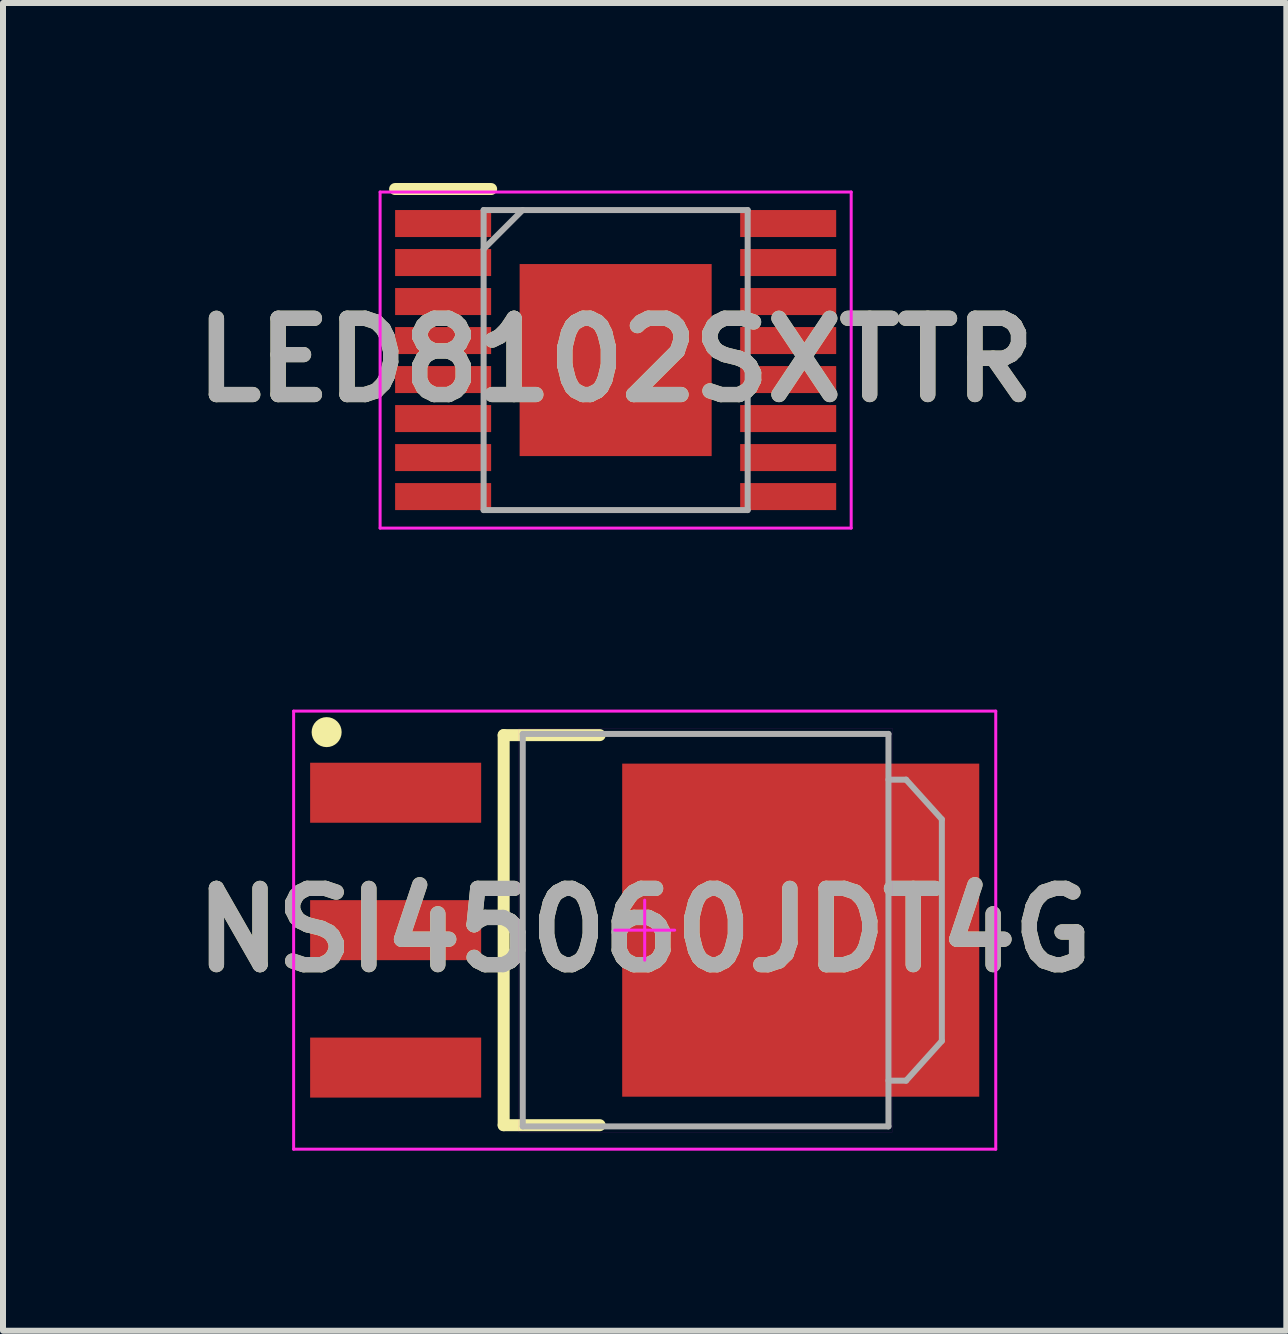
<source format=kicad_pcb>
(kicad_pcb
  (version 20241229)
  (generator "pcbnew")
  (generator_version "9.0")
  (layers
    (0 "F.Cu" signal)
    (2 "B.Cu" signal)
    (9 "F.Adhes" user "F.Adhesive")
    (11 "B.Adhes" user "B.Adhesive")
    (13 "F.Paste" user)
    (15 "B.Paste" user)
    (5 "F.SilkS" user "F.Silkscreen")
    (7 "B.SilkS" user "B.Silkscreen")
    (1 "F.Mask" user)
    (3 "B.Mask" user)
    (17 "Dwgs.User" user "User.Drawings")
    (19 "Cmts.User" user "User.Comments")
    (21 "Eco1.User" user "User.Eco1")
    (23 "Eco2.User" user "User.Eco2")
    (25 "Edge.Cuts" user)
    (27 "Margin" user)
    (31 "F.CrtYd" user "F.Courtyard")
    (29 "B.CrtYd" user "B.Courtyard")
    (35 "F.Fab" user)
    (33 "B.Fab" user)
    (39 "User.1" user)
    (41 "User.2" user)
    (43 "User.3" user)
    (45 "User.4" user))
  (footprint "LED8102SXTTR"
    (layer "F.Cu")
    (at 7.209 2.95)
    (property "Reference" "LED8102SXTTR" (at 0 0 0) (layer "F.SilkS") (effects (font (size 1.27 1.27) (thickness 0.254))))
    (attr smd)
    (fp_line (start -3.675 -2.85) (end -2.075 -2.85) (stroke (width 0.2) (type solid)) (layer "F.SilkS"))
    (fp_line (start -3.925 -2.8) (end 3.925 -2.8) (stroke (width 0.05) (type solid)) (layer "F.CrtYd"))
    (fp_line (start -3.925 2.8) (end -3.925 -2.8) (stroke (width 0.05) (type solid)) (layer "F.CrtYd"))
    (fp_line (start 3.925 -2.8) (end 3.925 2.8) (stroke (width 0.05) (type solid)) (layer "F.CrtYd"))
    (fp_line (start 3.925 2.8) (end -3.925 2.8) (stroke (width 0.05) (type solid)) (layer "F.CrtYd"))
    (fp_line (start -2.2 -2.5) (end 2.2 -2.5) (stroke (width 0.1) (type solid)) (layer "F.Fab"))
    (fp_line (start -2.2 -1.85) (end -1.55 -2.5) (stroke (width 0.1) (type solid)) (layer "F.Fab"))
    (fp_line (start -2.2 2.5) (end -2.2 -2.5) (stroke (width 0.1) (type solid)) (layer "F.Fab"))
    (fp_line (start 2.2 -2.5) (end 2.2 2.5) (stroke (width 0.1) (type solid)) (layer "F.Fab"))
    (fp_line (start 2.2 2.5) (end -2.2 2.5) (stroke (width 0.1) (type solid)) (layer "F.Fab"))
    (fp_text user "${REFERENCE}" (at 0 0 0) (layer "F.Fab") (effects (font (size 1.27 1.27) (thickness 0.254))))
    (pad "1" smd rect (at -2.875 -2.275 90) (size 0.45 1.6) (layers "F.Cu" "F.Mask" "F.Paste"))
    (pad "2" smd rect (at -2.875 -1.625 90) (size 0.45 1.6) (layers "F.Cu" "F.Mask" "F.Paste"))
    (pad "3" smd rect (at -2.875 -0.975 90) (size 0.45 1.6) (layers "F.Cu" "F.Mask" "F.Paste"))
    (pad "4" smd rect (at -2.875 -0.325 90) (size 0.45 1.6) (layers "F.Cu" "F.Mask" "F.Paste"))
    (pad "5" smd rect (at -2.875 0.325 90) (size 0.45 1.6) (layers "F.Cu" "F.Mask" "F.Paste"))
    (pad "6" smd rect (at -2.875 0.975 90) (size 0.45 1.6) (layers "F.Cu" "F.Mask" "F.Paste"))
    (pad "7" smd rect (at -2.875 1.625 90) (size 0.45 1.6) (layers "F.Cu" "F.Mask" "F.Paste"))
    (pad "8" smd rect (at -2.875 2.275 90) (size 0.45 1.6) (layers "F.Cu" "F.Mask" "F.Paste"))
    (pad "9" smd rect (at 2.875 2.275 90) (size 0.45 1.6) (layers "F.Cu" "F.Mask" "F.Paste"))
    (pad "10" smd rect (at 2.875 1.625 90) (size 0.45 1.6) (layers "F.Cu" "F.Mask" "F.Paste"))
    (pad "11" smd rect (at 2.875 0.975 90) (size 0.45 1.6) (layers "F.Cu" "F.Mask" "F.Paste"))
    (pad "12" smd rect (at 2.875 0.325 90) (size 0.45 1.6) (layers "F.Cu" "F.Mask" "F.Paste"))
    (pad "13" smd rect (at 2.875 -0.325 90) (size 0.45 1.6) (layers "F.Cu" "F.Mask" "F.Paste"))
    (pad "14" smd rect (at 2.875 -0.975 90) (size 0.45 1.6) (layers "F.Cu" "F.Mask" "F.Paste"))
    (pad "15" smd rect (at 2.875 -1.625 90) (size 0.45 1.6) (layers "F.Cu" "F.Mask" "F.Paste"))
    (pad "16" smd rect (at 2.875 -2.275 90) (size 0.45 1.6) (layers "F.Cu" "F.Mask" "F.Paste"))
    (pad "17" smd rect (at 0 0) (size 3.2 3.2) (layers "F.Cu" "F.Mask" "F.Paste")))
  (footprint "NSI45060JDT4G"
    (layer "F.Cu")
    (at 7.693 12.45)
    (property "Reference" "NSI45060JDT4G" (at 0 0 0) (layer "F.SilkS") (effects (font (size 1.27 1.27) (thickness 0.254))))
    (attr smd)
    (fp_line (start -2.35 -3.25) (end -0.75 -3.25) (stroke (width 0.2) (type solid)) (layer "F.SilkS"))
    (fp_line (start -2.35 3.25) (end -2.35 -3.25) (stroke (width 0.2) (type solid)) (layer "F.SilkS"))
    (fp_line (start -0.75 3.25) (end -2.35 3.25) (stroke (width 0.2) (type solid)) (layer "F.SilkS"))
    (fp_circle (center -5.3 -3.3) (end -5.3 -3.175) (stroke (width 0.25) (type solid)) (fill no) (layer "F.SilkS"))
    (fp_line (start -5.85 -3.65) (end -5.85 3.65) (stroke (width 0.05) (type solid)) (layer "F.CrtYd"))
    (fp_line (start -5.85 3.65) (end 5.85 3.65) (stroke (width 0.05) (type solid)) (layer "F.CrtYd"))
    (fp_line (start -2.095 -3.365) (end -2.095 3.365) (stroke (width 0.001) (type solid)) (layer "F.CrtYd"))
    (fp_line (start -2.095 3.365) (end 4.125 3.365) (stroke (width 0.001) (type solid)) (layer "F.CrtYd"))
    (fp_line (start -0.5 0) (end 0.5 0) (stroke (width 0.05) (type solid)) (layer "F.CrtYd"))
    (fp_line (start 0 0.5) (end 0 -0.5) (stroke (width 0.05) (type solid)) (layer "F.CrtYd"))
    (fp_line (start 4.125 -3.365) (end -2.095 -3.365) (stroke (width 0.001) (type solid)) (layer "F.CrtYd"))
    (fp_line (start 4.125 3.365) (end 4.125 -3.365) (stroke (width 0.001) (type solid)) (layer "F.CrtYd"))
    (fp_line (start 5.85 -3.65) (end -5.85 -3.65) (stroke (width 0.05) (type solid)) (layer "F.CrtYd"))
    (fp_line (start 5.85 3.65) (end 5.85 -3.65) (stroke (width 0.05) (type solid)) (layer "F.CrtYd"))
    (fp_line (start -2.032 -3.27) (end -2.032 3.27) (stroke (width 0.1) (type solid)) (layer "F.Fab"))
    (fp_line (start -2.032 3.27) (end 4.062 3.27) (stroke (width 0.1) (type solid)) (layer "F.Fab"))
    (fp_line (start 4.062 -3.27) (end -2.032 -3.27) (stroke (width 0.1) (type solid)) (layer "F.Fab"))
    (fp_line (start 4.062 2.508) (end 4.356 2.508) (stroke (width 0.1) (type solid)) (layer "F.Fab"))
    (fp_line (start 4.062 3.27) (end 4.062 -3.27) (stroke (width 0.1) (type solid)) (layer "F.Fab"))
    (fp_line (start 4.356 -2.508) (end 4.062 -2.508) (stroke (width 0.1) (type solid)) (layer "F.Fab"))
    (fp_line (start 4.356 2.508) (end 4.952 1.846) (stroke (width 0.1) (type solid)) (layer "F.Fab"))
    (fp_line (start 4.952 -1.847) (end 4.356 -2.508) (stroke (width 0.1) (type solid)) (layer "F.Fab"))
    (fp_line (start 4.952 1.846) (end 4.952 -1.847) (stroke (width 0.1) (type solid)) (layer "F.Fab"))
    (fp_text user "${REFERENCE}" (at 0 0 0) (layer "F.Fab") (effects (font (size 1.27 1.27) (thickness 0.254))))
    (pad "1" smd rect (at -4.15 -2.29 90) (size 1 2.85) (layers "F.Cu" "F.Mask" "F.Paste"))
    (pad "2" smd rect (at -4.15 0 90) (size 1 2.85) (layers "F.Cu" "F.Mask" "F.Paste"))
    (pad "3" smd rect (at -4.15 2.29 90) (size 1 2.85) (layers "F.Cu" "F.Mask" "F.Paste"))
    (pad "4" smd rect (at 2.6 0 90) (size 5.55 5.95) (layers "F.Cu" "F.Mask" "F.Paste")))
  (gr_rect
    (start -3 -3)
    (end 18.385 19.125)
    (stroke (width 0.1) (type default))
    (fill no)
    (layer "Edge.Cuts")))
</source>
